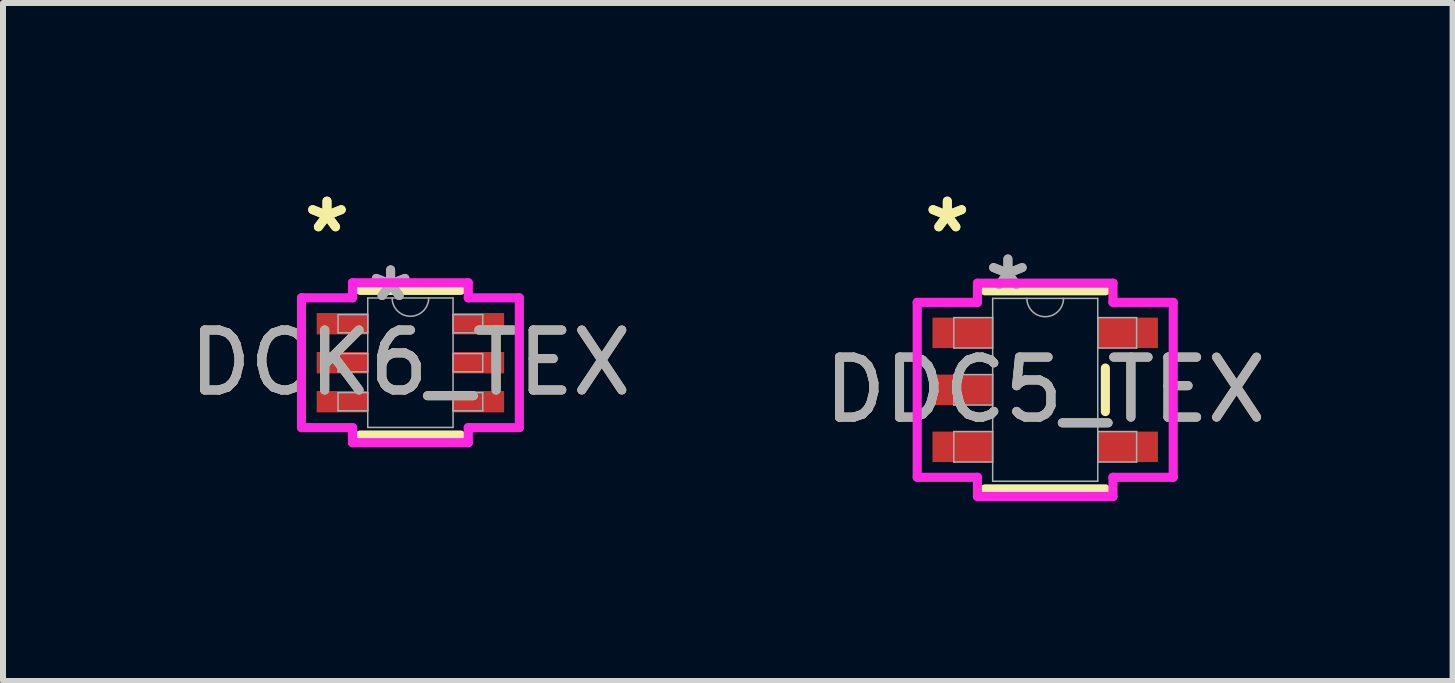
<source format=kicad_pcb>
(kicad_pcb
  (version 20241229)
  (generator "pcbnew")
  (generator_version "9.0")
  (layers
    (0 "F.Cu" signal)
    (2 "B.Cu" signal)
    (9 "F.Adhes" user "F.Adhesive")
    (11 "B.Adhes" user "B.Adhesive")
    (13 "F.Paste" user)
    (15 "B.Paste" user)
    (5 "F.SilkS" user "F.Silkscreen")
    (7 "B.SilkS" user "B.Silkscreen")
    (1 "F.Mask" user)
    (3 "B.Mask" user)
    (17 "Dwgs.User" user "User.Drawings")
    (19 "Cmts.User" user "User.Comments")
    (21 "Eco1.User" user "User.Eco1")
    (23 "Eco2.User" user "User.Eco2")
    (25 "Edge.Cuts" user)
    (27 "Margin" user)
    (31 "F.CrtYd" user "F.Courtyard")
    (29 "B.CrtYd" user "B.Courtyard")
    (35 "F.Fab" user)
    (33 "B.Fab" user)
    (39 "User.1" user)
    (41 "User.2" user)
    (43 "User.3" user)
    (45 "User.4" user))
  (footprint "DDC5_TEX"
    (layer "F.Cu")
    (at 14.375 3.449)
    (property "Reference" "DDC5_TEX" (at 0 0 0) (unlocked yes) (layer "F.SilkS") (effects (font (size 1 1) (thickness 0.15))))
    (attr smd)
    (fp_line (start -1.003 1.651) (end 1.003 1.651) (stroke (width 0.152) (type solid)) (layer "F.SilkS"))
    (fp_line (start 1.003 -1.651) (end -1.003 -1.651) (stroke (width 0.152) (type solid)) (layer "F.SilkS"))
    (fp_line (start 1.003 0.363) (end 1.003 -0.363) (stroke (width 0.152) (type solid)) (layer "F.SilkS"))
    (fp_line (start -2.134 -1.458) (end -1.13 -1.458) (stroke (width 0.152) (type solid)) (layer "F.CrtYd"))
    (fp_line (start -2.134 1.458) (end -2.134 -1.458) (stroke (width 0.152) (type solid)) (layer "F.CrtYd"))
    (fp_line (start -1.13 -1.778) (end 1.13 -1.778) (stroke (width 0.152) (type solid)) (layer "F.CrtYd"))
    (fp_line (start -1.13 -1.458) (end -1.13 -1.778) (stroke (width 0.152) (type solid)) (layer "F.CrtYd"))
    (fp_line (start -1.13 1.458) (end -2.134 1.458) (stroke (width 0.152) (type solid)) (layer "F.CrtYd"))
    (fp_line (start -1.13 1.778) (end -1.13 1.458) (stroke (width 0.152) (type solid)) (layer "F.CrtYd"))
    (fp_line (start 1.13 -1.778) (end 1.13 -1.458) (stroke (width 0.152) (type solid)) (layer "F.CrtYd"))
    (fp_line (start 1.13 -1.458) (end 2.134 -1.458) (stroke (width 0.152) (type solid)) (layer "F.CrtYd"))
    (fp_line (start 1.13 1.458) (end 1.13 1.778) (stroke (width 0.152) (type solid)) (layer "F.CrtYd"))
    (fp_line (start 1.13 1.778) (end -1.13 1.778) (stroke (width 0.152) (type solid)) (layer "F.CrtYd"))
    (fp_line (start 2.134 -1.458) (end 2.134 1.458) (stroke (width 0.152) (type solid)) (layer "F.CrtYd"))
    (fp_line (start 2.134 1.458) (end 1.13 1.458) (stroke (width 0.152) (type solid)) (layer "F.CrtYd"))
    (fp_line (start -1.524 -1.204) (end -1.524 -0.696) (stroke (width 0.025) (type solid)) (layer "F.Fab"))
    (fp_line (start -1.524 -0.696) (end -0.876 -0.696) (stroke (width 0.025) (type solid)) (layer "F.Fab"))
    (fp_line (start -1.524 -0.254) (end -1.524 0.254) (stroke (width 0.025) (type solid)) (layer "F.Fab"))
    (fp_line (start -1.524 0.254) (end -0.876 0.254) (stroke (width 0.025) (type solid)) (layer "F.Fab"))
    (fp_line (start -1.524 0.696) (end -1.524 1.204) (stroke (width 0.025) (type solid)) (layer "F.Fab"))
    (fp_line (start -1.524 1.204) (end -0.876 1.204) (stroke (width 0.025) (type solid)) (layer "F.Fab"))
    (fp_line (start -0.876 -1.524) (end -0.876 1.524) (stroke (width 0.025) (type solid)) (layer "F.Fab"))
    (fp_line (start -0.876 -1.204) (end -1.524 -1.204) (stroke (width 0.025) (type solid)) (layer "F.Fab"))
    (fp_line (start -0.876 -0.696) (end -0.876 -1.204) (stroke (width 0.025) (type solid)) (layer "F.Fab"))
    (fp_line (start -0.876 -0.254) (end -1.524 -0.254) (stroke (width 0.025) (type solid)) (layer "F.Fab"))
    (fp_line (start -0.876 0.254) (end -0.876 -0.254) (stroke (width 0.025) (type solid)) (layer "F.Fab"))
    (fp_line (start -0.876 0.696) (end -1.524 0.696) (stroke (width 0.025) (type solid)) (layer "F.Fab"))
    (fp_line (start -0.876 1.204) (end -0.876 0.696) (stroke (width 0.025) (type solid)) (layer "F.Fab"))
    (fp_line (start -0.876 1.524) (end 0.876 1.524) (stroke (width 0.025) (type solid)) (layer "F.Fab"))
    (fp_line (start 0.876 -1.524) (end -0.876 -1.524) (stroke (width 0.025) (type solid)) (layer "F.Fab"))
    (fp_line (start 0.876 -1.204) (end 0.876 -0.696) (stroke (width 0.025) (type solid)) (layer "F.Fab"))
    (fp_line (start 0.876 -0.696) (end 1.524 -0.696) (stroke (width 0.025) (type solid)) (layer "F.Fab"))
    (fp_line (start 0.876 0.696) (end 0.876 1.204) (stroke (width 0.025) (type solid)) (layer "F.Fab"))
    (fp_line (start 0.876 1.204) (end 1.524 1.204) (stroke (width 0.025) (type solid)) (layer "F.Fab"))
    (fp_line (start 0.876 1.524) (end 0.876 -1.524) (stroke (width 0.025) (type solid)) (layer "F.Fab"))
    (fp_line (start 1.524 -1.204) (end 0.876 -1.204) (stroke (width 0.025) (type solid)) (layer "F.Fab"))
    (fp_line (start 1.524 -0.696) (end 1.524 -1.204) (stroke (width 0.025) (type solid)) (layer "F.Fab"))
    (fp_line (start 1.524 0.696) (end 0.876 0.696) (stroke (width 0.025) (type solid)) (layer "F.Fab"))
    (fp_line (start 1.524 1.204) (end 1.524 0.696) (stroke (width 0.025) (type solid)) (layer "F.Fab"))
    (fp_arc (start 0.3048 -1.524) (mid 0 -1.2192) (end -0.3048 -1.524) (stroke (width 0.0254) (type solid)) (layer "F.Fab"))
    (fp_text user "*" (at -1.632 -2.601 0) (unlocked yes) (layer "F.SilkS") (effects (font (size 1 1) (thickness 0.15))))
    (fp_text user "*" (at -1.632 -2.601 0) (layer "F.SilkS") (effects (font (size 1 1) (thickness 0.15))))
    (fp_text user "*" (at -0.622 -1.636 0) (unlocked yes) (layer "F.Fab") (effects (font (size 1 1) (thickness 0.15))))
    (fp_text user "*" (at -0.622 -1.636 0) (layer "F.Fab") (effects (font (size 1 1) (thickness 0.15))))
    (fp_text user "${REFERENCE}" (at 0 0 0) (unlocked yes) (layer "F.Fab") (effects (font (size 1 1) (thickness 0.15))))
    (pad "1" smd rect (at -1.378 -0.95) (size 1.003 0.508) (layers "F.Cu" "F.Mask" "F.Paste"))
    (pad "2" smd rect (at -1.378 0) (size 1.003 0.508) (layers "F.Cu" "F.Mask" "F.Paste"))
    (pad "3" smd rect (at -1.378 0.95) (size 1.003 0.508) (layers "F.Cu" "F.Mask" "F.Paste"))
    (pad "4" smd rect (at 1.378 0.95) (size 1.003 0.508) (layers "F.Cu" "F.Mask" "F.Paste"))
    (pad "5" smd rect (at 1.378 -0.95) (size 1.003 0.508) (layers "F.Cu" "F.Mask" "F.Paste")))
  (footprint "DCK6_TEX"
    (layer "F.Cu")
    (at 3.792 2.997)
    (property "Reference" "DCK6_TEX" (at 0 0 0) (unlocked yes) (layer "F.SilkS") (effects (font (size 1 1) (thickness 0.15))))
    (attr smd)
    (fp_line (start -0.838 1.206) (end 0.838 1.206) (stroke (width 0.152) (type solid)) (layer "F.SilkS"))
    (fp_line (start 0.838 -1.206) (end -0.838 -1.206) (stroke (width 0.152) (type solid)) (layer "F.SilkS"))
    (fp_line (start -1.816 -1.082) (end -0.965 -1.082) (stroke (width 0.152) (type solid)) (layer "F.CrtYd"))
    (fp_line (start -1.816 1.082) (end -1.816 -1.082) (stroke (width 0.152) (type solid)) (layer "F.CrtYd"))
    (fp_line (start -1.816 1.082) (end -0.965 1.082) (stroke (width 0.152) (type solid)) (layer "F.CrtYd"))
    (fp_line (start -0.965 -1.333) (end 0.965 -1.333) (stroke (width 0.152) (type solid)) (layer "F.CrtYd"))
    (fp_line (start -0.965 -1.082) (end -0.965 -1.333) (stroke (width 0.152) (type solid)) (layer "F.CrtYd"))
    (fp_line (start -0.965 1.333) (end -0.965 1.082) (stroke (width 0.152) (type solid)) (layer "F.CrtYd"))
    (fp_line (start 0.965 -1.333) (end 0.965 -1.082) (stroke (width 0.152) (type solid)) (layer "F.CrtYd"))
    (fp_line (start 0.965 1.082) (end 0.965 1.333) (stroke (width 0.152) (type solid)) (layer "F.CrtYd"))
    (fp_line (start 0.965 1.333) (end -0.965 1.333) (stroke (width 0.152) (type solid)) (layer "F.CrtYd"))
    (fp_line (start 1.816 -1.082) (end 0.965 -1.082) (stroke (width 0.152) (type solid)) (layer "F.CrtYd"))
    (fp_line (start 1.816 -1.082) (end 1.816 1.082) (stroke (width 0.152) (type solid)) (layer "F.CrtYd"))
    (fp_line (start 1.816 1.082) (end 0.965 1.082) (stroke (width 0.152) (type solid)) (layer "F.CrtYd"))
    (fp_line (start -1.206 -0.802) (end -1.206 -0.498) (stroke (width 0.025) (type solid)) (layer "F.Fab"))
    (fp_line (start -1.206 -0.498) (end -0.711 -0.498) (stroke (width 0.025) (type solid)) (layer "F.Fab"))
    (fp_line (start -1.206 -0.152) (end -1.206 0.152) (stroke (width 0.025) (type solid)) (layer "F.Fab"))
    (fp_line (start -1.206 0.152) (end -0.711 0.152) (stroke (width 0.025) (type solid)) (layer "F.Fab"))
    (fp_line (start -1.206 0.498) (end -1.206 0.802) (stroke (width 0.025) (type solid)) (layer "F.Fab"))
    (fp_line (start -1.206 0.802) (end -0.711 0.802) (stroke (width 0.025) (type solid)) (layer "F.Fab"))
    (fp_line (start -0.711 -1.079) (end -0.711 1.079) (stroke (width 0.025) (type solid)) (layer "F.Fab"))
    (fp_line (start -0.711 -0.802) (end -1.206 -0.802) (stroke (width 0.025) (type solid)) (layer "F.Fab"))
    (fp_line (start -0.711 -0.498) (end -0.711 -0.802) (stroke (width 0.025) (type solid)) (layer "F.Fab"))
    (fp_line (start -0.711 -0.152) (end -1.206 -0.152) (stroke (width 0.025) (type solid)) (layer "F.Fab"))
    (fp_line (start -0.711 0.152) (end -0.711 -0.152) (stroke (width 0.025) (type solid)) (layer "F.Fab"))
    (fp_line (start -0.711 0.498) (end -1.206 0.498) (stroke (width 0.025) (type solid)) (layer "F.Fab"))
    (fp_line (start -0.711 0.802) (end -0.711 0.498) (stroke (width 0.025) (type solid)) (layer "F.Fab"))
    (fp_line (start -0.711 1.079) (end 0.711 1.079) (stroke (width 0.025) (type solid)) (layer "F.Fab"))
    (fp_line (start 0.711 -1.079) (end -0.711 -1.079) (stroke (width 0.025) (type solid)) (layer "F.Fab"))
    (fp_line (start 0.711 -0.802) (end 0.711 -0.498) (stroke (width 0.025) (type solid)) (layer "F.Fab"))
    (fp_line (start 0.711 -0.498) (end 1.206 -0.498) (stroke (width 0.025) (type solid)) (layer "F.Fab"))
    (fp_line (start 0.711 -0.152) (end 0.711 0.152) (stroke (width 0.025) (type solid)) (layer "F.Fab"))
    (fp_line (start 0.711 0.152) (end 1.206 0.152) (stroke (width 0.025) (type solid)) (layer "F.Fab"))
    (fp_line (start 0.711 0.498) (end 0.711 0.802) (stroke (width 0.025) (type solid)) (layer "F.Fab"))
    (fp_line (start 0.711 0.802) (end 1.206 0.802) (stroke (width 0.025) (type solid)) (layer "F.Fab"))
    (fp_line (start 0.711 1.079) (end 0.711 -1.079) (stroke (width 0.025) (type solid)) (layer "F.Fab"))
    (fp_line (start 1.206 -0.802) (end 0.711 -0.802) (stroke (width 0.025) (type solid)) (layer "F.Fab"))
    (fp_line (start 1.206 -0.498) (end 1.206 -0.802) (stroke (width 0.025) (type solid)) (layer "F.Fab"))
    (fp_line (start 1.206 -0.152) (end 0.711 -0.152) (stroke (width 0.025) (type solid)) (layer "F.Fab"))
    (fp_line (start 1.206 0.152) (end 1.206 -0.152) (stroke (width 0.025) (type solid)) (layer "F.Fab"))
    (fp_line (start 1.206 0.498) (end 0.711 0.498) (stroke (width 0.025) (type solid)) (layer "F.Fab"))
    (fp_line (start 1.206 0.802) (end 1.206 0.498) (stroke (width 0.025) (type solid)) (layer "F.Fab"))
    (fp_arc (start 0.3048 -1.0795) (mid 0 -0.7747) (end -0.3048 -1.0795) (stroke (width 0.0254) (type solid)) (layer "F.Fab"))
    (fp_text user "*" (at -1.391 -2.149 0) (layer "F.SilkS") (effects (font (size 1 1) (thickness 0.15))))
    (fp_text user "*" (at -1.391 -2.149 0) (unlocked yes) (layer "F.SilkS") (effects (font (size 1 1) (thickness 0.15))))
    (fp_text user "${REFERENCE}" (at 0 0 0) (unlocked yes) (layer "F.Fab") (effects (font (size 1 1) (thickness 0.15))))
    (fp_text user "*" (at -0.33 -1.003 0) (unlocked yes) (layer "F.Fab") (effects (font (size 1 1) (thickness 0.15))))
    (fp_text user "*" (at -0.33 -1.003 0) (layer "F.Fab") (effects (font (size 1 1) (thickness 0.15))))
    (pad "1" smd rect (at -1.137 -0.65) (size 0.851 0.356) (layers "F.Cu" "F.Mask" "F.Paste"))
    (pad "2" smd rect (at -1.137 0) (size 0.851 0.356) (layers "F.Cu" "F.Mask" "F.Paste"))
    (pad "3" smd rect (at -1.137 0.65) (size 0.851 0.356) (layers "F.Cu" "F.Mask" "F.Paste"))
    (pad "4" smd rect (at 1.137 0.65) (size 0.851 0.356) (layers "F.Cu" "F.Mask" "F.Paste"))
    (pad "5" smd rect (at 1.137 0) (size 0.851 0.356) (layers "F.Cu" "F.Mask" "F.Paste"))
    (pad "6" smd rect (at 1.137 -0.65) (size 0.851 0.356) (layers "F.Cu" "F.Mask" "F.Paste")))
  (gr_rect
    (start -3 -3)
    (end 21.167 8.303)
    (stroke (width 0.1) (type default))
    (fill no)
    (layer "Edge.Cuts")))
</source>
